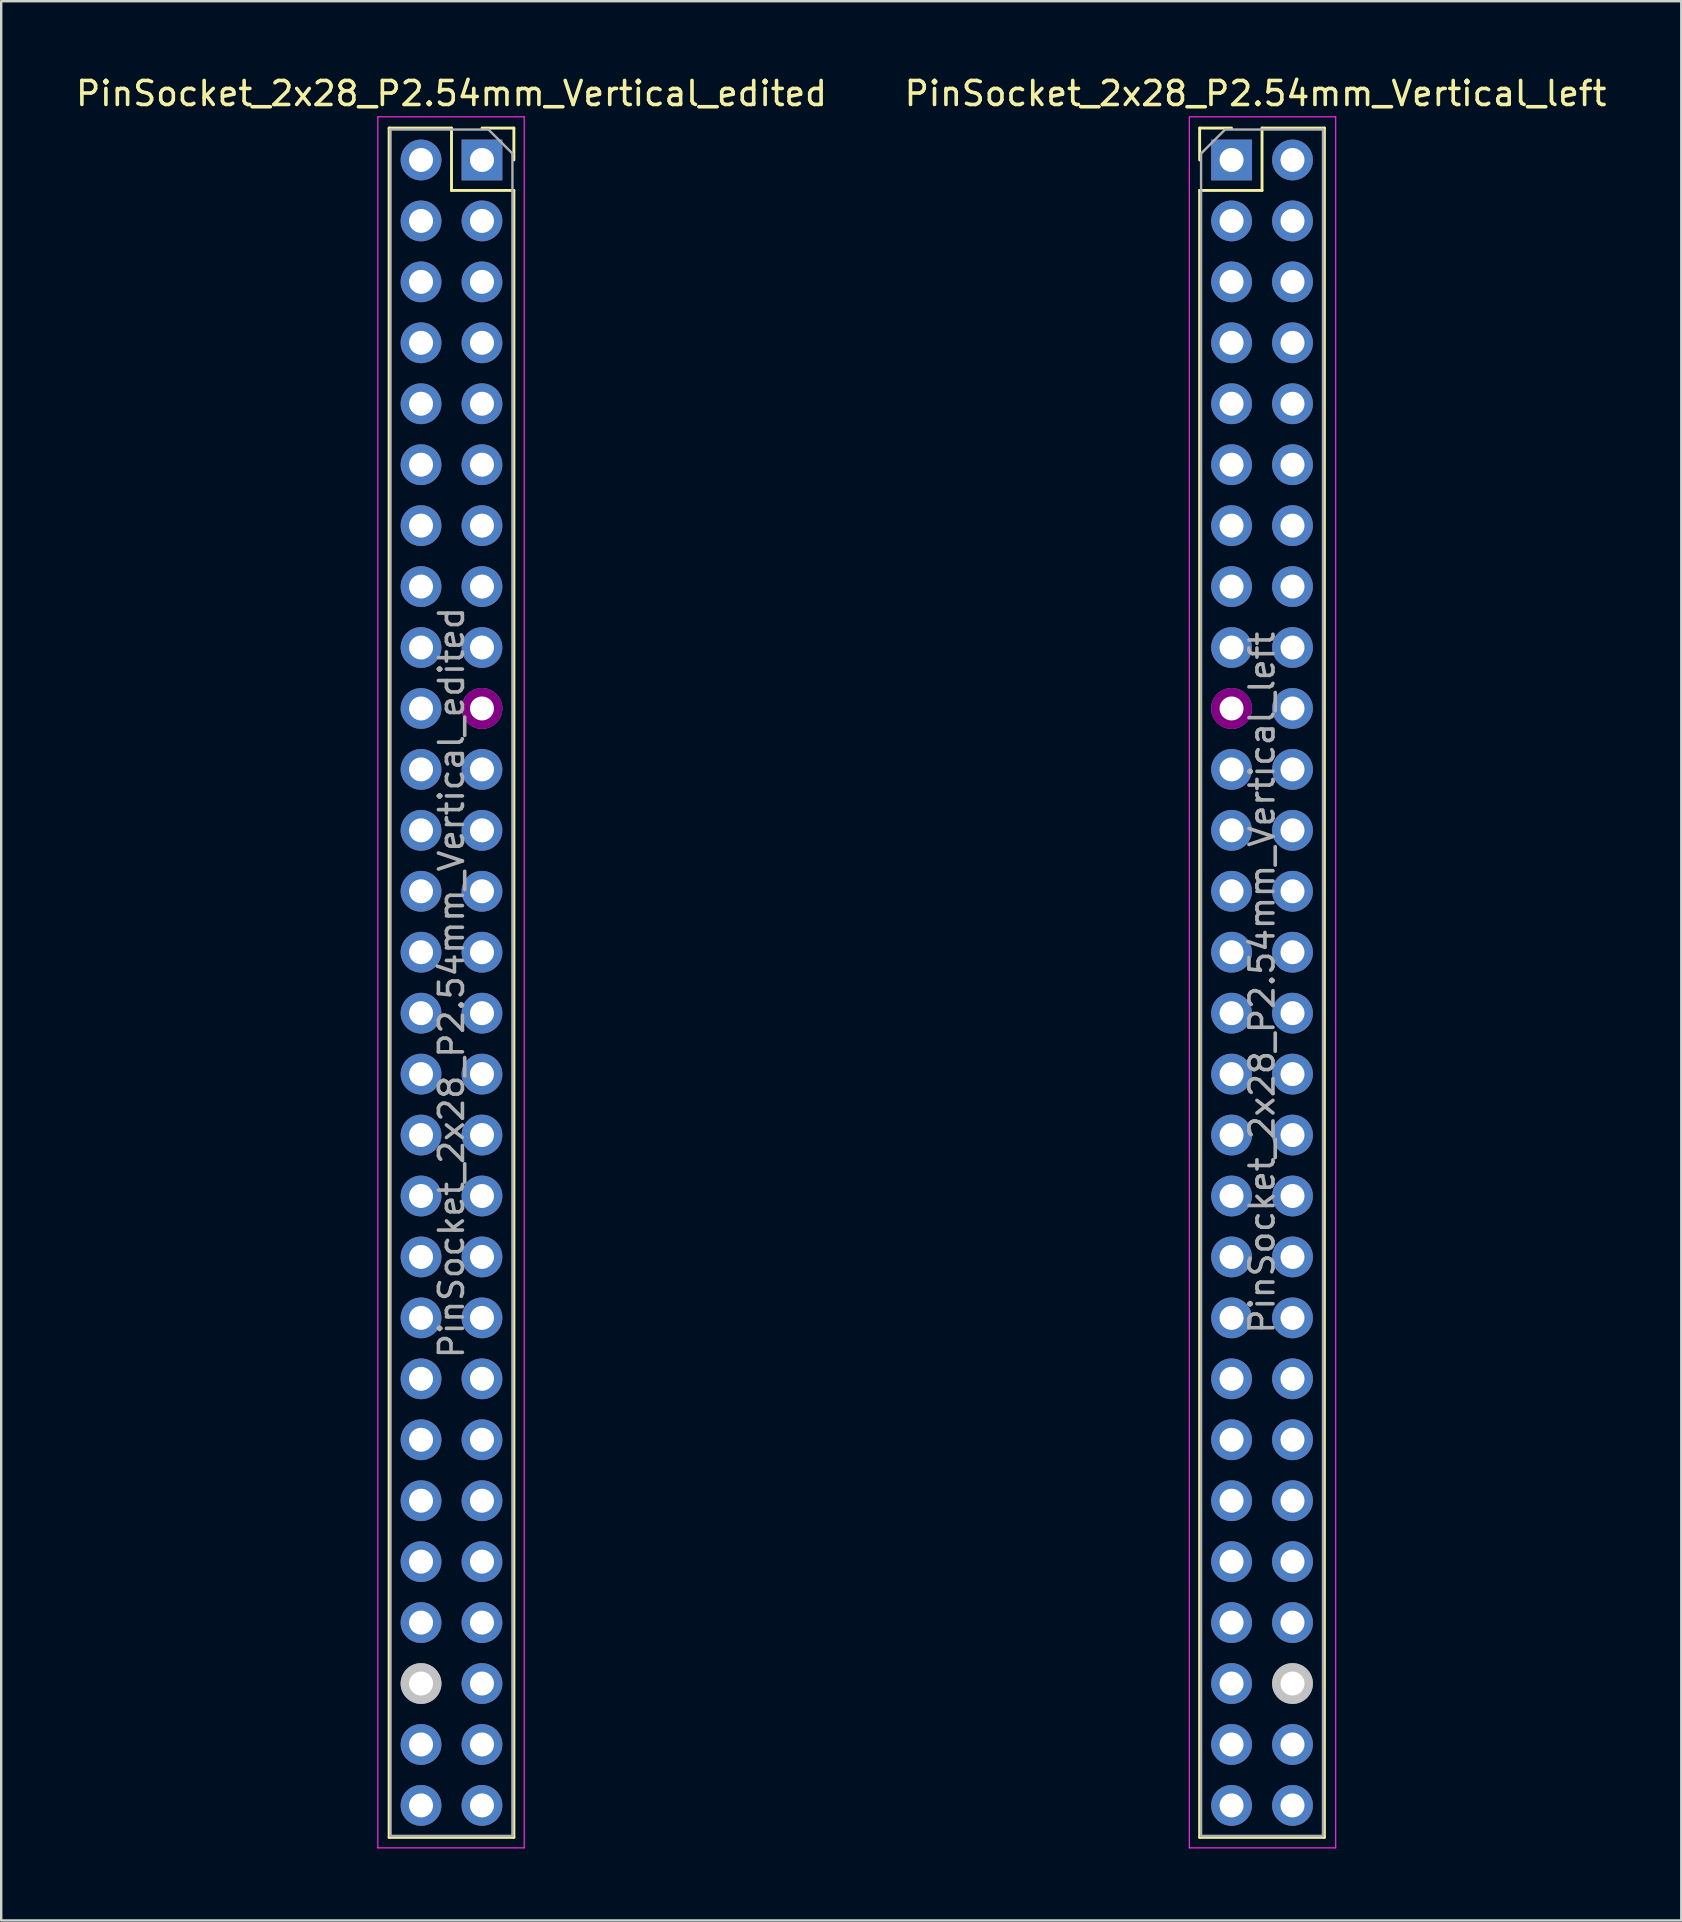
<source format=kicad_pcb>
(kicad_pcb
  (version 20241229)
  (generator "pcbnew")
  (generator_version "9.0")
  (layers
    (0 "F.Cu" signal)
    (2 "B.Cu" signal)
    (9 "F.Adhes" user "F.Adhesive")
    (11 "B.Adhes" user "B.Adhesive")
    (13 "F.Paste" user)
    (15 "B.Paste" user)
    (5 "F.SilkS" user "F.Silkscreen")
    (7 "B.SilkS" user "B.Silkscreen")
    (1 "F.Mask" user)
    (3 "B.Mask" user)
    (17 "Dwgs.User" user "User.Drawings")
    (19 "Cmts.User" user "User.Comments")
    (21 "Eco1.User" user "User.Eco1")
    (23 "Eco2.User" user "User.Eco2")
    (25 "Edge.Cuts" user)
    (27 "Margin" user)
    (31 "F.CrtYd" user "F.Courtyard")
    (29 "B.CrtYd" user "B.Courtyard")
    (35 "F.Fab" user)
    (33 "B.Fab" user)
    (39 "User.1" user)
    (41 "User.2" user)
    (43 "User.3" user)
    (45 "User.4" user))
  (footprint "PinSocket_2x28_P2.54mm_Vertical_left"
    (layer "F.Cu")
    (at 48.28 3.618)
    (property "Reference" "PinSocket_2x28_P2.54mm_Vertical_left" (at 1 -2.77 0) (layer "F.SilkS") (effects (font (size 1 1) (thickness 0.15))))
    (attr through_hole)
    (fp_line (start -1.33 -1.33) (end -1.33 0) (stroke (width 0.12) (type solid)) (layer "F.SilkS"))
    (fp_line (start -1.33 1.27) (end -1.33 69.91) (stroke (width 0.12) (type solid)) (layer "F.SilkS"))
    (fp_line (start 0 -1.33) (end -1.33 -1.33) (stroke (width 0.12) (type solid)) (layer "F.SilkS"))
    (fp_line (start 1.27 -1.33) (end 1.27 1.27) (stroke (width 0.12) (type solid)) (layer "F.SilkS"))
    (fp_line (start 1.27 1.27) (end -1.33 1.27) (stroke (width 0.12) (type solid)) (layer "F.SilkS"))
    (fp_line (start 3.87 -1.33) (end 1.27 -1.33) (stroke (width 0.12) (type solid)) (layer "F.SilkS"))
    (fp_line (start 3.87 -1.33) (end 3.87 69.91) (stroke (width 0.12) (type solid)) (layer "F.SilkS"))
    (fp_line (start 3.87 69.91) (end -1.33 69.91) (stroke (width 0.12) (type solid)) (layer "F.SilkS"))
    (fp_line (start -1.76 -1.8) (end -1.76 70.35) (stroke (width 0.05) (type solid)) (layer "F.CrtYd"))
    (fp_line (start -1.76 70.35) (end 4.34 70.35) (stroke (width 0.05) (type solid)) (layer "F.CrtYd"))
    (fp_line (start 4.34 -1.8) (end -1.76 -1.8) (stroke (width 0.05) (type solid)) (layer "F.CrtYd"))
    (fp_line (start 4.34 70.35) (end 4.34 -1.8) (stroke (width 0.05) (type solid)) (layer "F.CrtYd"))
    (fp_line (start -1.27 -0.27) (end -1.27 69.85) (stroke (width 0.1) (type solid)) (layer "F.Fab"))
    (fp_line (start -1.27 69.85) (end 3.81 69.85) (stroke (width 0.1) (type solid)) (layer "F.Fab"))
    (fp_line (start -0.27 -1.27) (end -1.27 -0.27) (stroke (width 0.1) (type solid)) (layer "F.Fab"))
    (fp_line (start 3.81 -1.27) (end -0.27 -1.27) (stroke (width 0.1) (type solid)) (layer "F.Fab"))
    (fp_line (start 3.81 69.85) (end 3.81 -1.27) (stroke (width 0.1) (type solid)) (layer "F.Fab"))
    (fp_text user "${REFERENCE}" (at 1.27 34.29 90) (layer "F.Fab") (effects (font (size 1 1) (thickness 0.15))))
    (pad "1a" thru_hole rect (at 0 0) (size 1.7 1.7) (drill 1) (layers "*.Cu" "*.Mask"))
    (pad "1b" thru_hole oval (at 2.54 0) (size 1.7 1.7) (drill 1) (layers "*.Cu" "*.Mask"))
    (pad "2a" thru_hole oval (at 0 2.54) (size 1.7 1.7) (drill 1) (layers "*.Cu" "*.Mask"))
    (pad "2b" thru_hole oval (at 2.54 2.54) (size 1.7 1.7) (drill 1) (layers "*.Cu" "*.Mask"))
    (pad "3a" thru_hole oval (at 0 5.08) (size 1.7 1.7) (drill 1) (layers "*.Cu" "*.Mask"))
    (pad "3b" thru_hole oval (at 2.54 5.08) (size 1.7 1.7) (drill 1) (layers "*.Cu" "*.Mask"))
    (pad "4a" thru_hole oval (at 0 7.62) (size 1.7 1.7) (drill 1) (layers "*.Cu" "*.Mask"))
    (pad "4b" thru_hole oval (at 2.54 7.62) (size 1.7 1.7) (drill 1) (layers "*.Cu" "*.Mask"))
    (pad "5a" thru_hole oval (at 0 10.16) (size 1.7 1.7) (drill 1) (layers "*.Cu" "*.Mask"))
    (pad "5b" thru_hole oval (at 2.54 10.16) (size 1.7 1.7) (drill 1) (layers "*.Cu" "*.Mask"))
    (pad "6a" thru_hole oval (at 0 12.7) (size 1.7 1.7) (drill 1) (layers "*.Cu" "*.Mask"))
    (pad "6b" thru_hole oval (at 2.54 12.7) (size 1.7 1.7) (drill 1) (layers "*.Cu" "*.Mask"))
    (pad "7a" thru_hole oval (at 0 15.24) (size 1.7 1.7) (drill 1) (layers "*.Cu" "*.Mask"))
    (pad "7b" thru_hole oval (at 2.54 15.24) (size 1.7 1.7) (drill 1) (layers "*.Cu" "*.Mask"))
    (pad "8a" thru_hole oval (at 0 17.78) (size 1.7 1.7) (drill 1) (layers "*.Cu" "*.Mask"))
    (pad "8b" thru_hole oval (at 2.54 17.78) (size 1.7 1.7) (drill 1) (layers "*.Cu" "*.Mask"))
    (pad "9a" thru_hole oval (at 0 20.32) (size 1.7 1.7) (drill 1) (layers "*.Cu" "*.Mask"))
    (pad "9b" thru_hole oval (at 2.54 20.32) (size 1.7 1.7) (drill 1) (layers "*.Cu" "*.Mask"))
    (pad "10a" thru_hole oval (at 0 22.86) (size 1.7 1.7) (drill 1) (layers "*.Cu" "*.Mask" "F.Adhes"))
    (pad "10b" thru_hole oval (at 2.54 22.86) (size 1.7 1.7) (drill 1) (layers "*.Cu" "*.Mask"))
    (pad "11a" thru_hole oval (at 0 25.4) (size 1.7 1.7) (drill 1) (layers "*.Cu" "*.Mask"))
    (pad "11b" thru_hole oval (at 2.54 25.4) (size 1.7 1.7) (drill 1) (layers "*.Cu" "*.Mask"))
    (pad "12a" thru_hole oval (at 0 27.94) (size 1.7 1.7) (drill 1) (layers "*.Cu" "*.Mask"))
    (pad "12b" thru_hole oval (at 2.54 27.94) (size 1.7 1.7) (drill 1) (layers "*.Cu" "*.Mask"))
    (pad "13a" thru_hole oval (at 0 30.48) (size 1.7 1.7) (drill 1) (layers "*.Cu" "*.Mask"))
    (pad "13b" thru_hole oval (at 2.54 30.48) (size 1.7 1.7) (drill 1) (layers "*.Cu" "*.Mask"))
    (pad "14a" thru_hole oval (at 0 33.02) (size 1.7 1.7) (drill 1) (layers "*.Cu" "*.Mask"))
    (pad "14b" thru_hole oval (at 2.54 33.02) (size 1.7 1.7) (drill 1) (layers "*.Cu" "*.Mask"))
    (pad "15a" thru_hole oval (at 0 35.56) (size 1.7 1.7) (drill 1) (layers "*.Cu" "*.Mask"))
    (pad "15b" thru_hole oval (at 2.54 35.56) (size 1.7 1.7) (drill 1) (layers "*.Cu" "*.Mask" "F.Paste"))
    (pad "16a" thru_hole oval (at 0 38.1) (size 1.7 1.7) (drill 1) (layers "*.Cu" "*.Mask"))
    (pad "16b" thru_hole oval (at 2.54 38.1) (size 1.7 1.7) (drill 1) (layers "*.Cu" "*.Mask"))
    (pad "17a" thru_hole oval (at 0 40.64) (size 1.7 1.7) (drill 1) (layers "*.Cu" "*.Mask"))
    (pad "17b" thru_hole oval (at 2.54 40.64) (size 1.7 1.7) (drill 1) (layers "*.Cu" "*.Mask"))
    (pad "18a" thru_hole oval (at 0 43.18) (size 1.7 1.7) (drill 1) (layers "*.Cu" "*.Mask"))
    (pad "18b" thru_hole oval (at 2.54 43.18) (size 1.7 1.7) (drill 1) (layers "*.Cu" "*.Mask"))
    (pad "19a" thru_hole oval (at 0 45.72) (size 1.7 1.7) (drill 1) (layers "*.Cu" "*.Mask"))
    (pad "19b" thru_hole oval (at 2.54 45.72) (size 1.7 1.7) (drill 1) (layers "*.Cu" "*.Mask"))
    (pad "20a" thru_hole oval (at 0 48.26) (size 1.7 1.7) (drill 1) (layers "*.Cu" "*.Mask"))
    (pad "20b" thru_hole oval (at 2.54 48.26) (size 1.7 1.7) (drill 1) (layers "*.Cu" "*.Mask"))
    (pad "21a" thru_hole oval (at 0 50.8) (size 1.7 1.7) (drill 1) (layers "*.Cu" "*.Mask"))
    (pad "21b" thru_hole oval (at 2.54 50.8) (size 1.7 1.7) (drill 1) (layers "*.Cu" "*.Mask"))
    (pad "22a" thru_hole oval (at 0 53.34) (size 1.7 1.7) (drill 1) (layers "*.Cu" "*.Mask"))
    (pad "22b" thru_hole oval (at 2.54 53.34) (size 1.7 1.7) (drill 1) (layers "*.Cu" "*.Mask"))
    (pad "23a" thru_hole oval (at 0 55.88) (size 1.7 1.7) (drill 1) (layers "*.Cu" "*.Mask"))
    (pad "23b" thru_hole oval (at 2.54 55.88) (size 1.7 1.7) (drill 1) (layers "*.Cu" "*.Mask" "B.Adhes"))
    (pad "24a" thru_hole oval (at 0 58.42) (size 1.7 1.7) (drill 1) (layers "*.Cu" "*.Mask"))
    (pad "24b" thru_hole oval (at 2.54 58.42) (size 1.7 1.7) (drill 1) (layers "*.Cu" "*.Mask"))
    (pad "25a" thru_hole oval (at 0 60.96) (size 1.7 1.7) (drill 1) (layers "*.Cu" "*.Mask"))
    (pad "25b" thru_hole oval (at 2.54 60.96) (size 1.7 1.7) (drill 1) (layers "*.Cu" "*.Mask"))
    (pad "26a" thru_hole oval (at 0 63.5) (size 1.7 1.7) (drill 1) (layers "*.Cu" "*.Mask"))
    (pad "26b" thru_hole oval (at 2.54 63.5) (size 1.7 1.7) (drill 1) (layers "*.Cu" "*.Mask" "Dwgs.User"))
    (pad "27a" thru_hole oval (at 0 66.04) (size 1.7 1.7) (drill 1) (layers "*.Cu" "*.Mask"))
    (pad "27b" thru_hole oval (at 2.54 66.04) (size 1.7 1.7) (drill 1) (layers "*.Cu" "*.Mask"))
    (pad "28a" thru_hole oval (at 0 68.58) (size 1.7 1.7) (drill 1) (layers "*.Cu" "*.Mask"))
    (pad "28b" thru_hole oval (at 2.54 68.58) (size 1.7 1.7) (drill 1) (layers "*.Cu" "*.Mask")))
  (footprint "PinSocket_2x28_P2.54mm_Vertical_edited"
    (layer "F.Cu")
    (at 17.038 3.618)
    (property "Reference" "PinSocket_2x28_P2.54mm_Vertical_edited" (at -1.27 -2.77 0) (layer "F.SilkS") (effects (font (size 1 1) (thickness 0.15))))
    (attr through_hole)
    (fp_line (start -3.87 -1.33) (end -3.87 69.91) (stroke (width 0.12) (type solid)) (layer "F.SilkS"))
    (fp_line (start -3.87 -1.33) (end -1.27 -1.33) (stroke (width 0.12) (type solid)) (layer "F.SilkS"))
    (fp_line (start -3.87 69.91) (end 1.33 69.91) (stroke (width 0.12) (type solid)) (layer "F.SilkS"))
    (fp_line (start -1.27 -1.33) (end -1.27 1.27) (stroke (width 0.12) (type solid)) (layer "F.SilkS"))
    (fp_line (start -1.27 1.27) (end 1.33 1.27) (stroke (width 0.12) (type solid)) (layer "F.SilkS"))
    (fp_line (start 0 -1.33) (end 1.33 -1.33) (stroke (width 0.12) (type solid)) (layer "F.SilkS"))
    (fp_line (start 1.33 -1.33) (end 1.33 0) (stroke (width 0.12) (type solid)) (layer "F.SilkS"))
    (fp_line (start 1.33 1.27) (end 1.33 69.91) (stroke (width 0.12) (type solid)) (layer "F.SilkS"))
    (fp_line (start -4.34 -1.8) (end 1.76 -1.8) (stroke (width 0.05) (type solid)) (layer "F.CrtYd"))
    (fp_line (start -4.34 70.35) (end -4.34 -1.8) (stroke (width 0.05) (type solid)) (layer "F.CrtYd"))
    (fp_line (start 1.76 -1.8) (end 1.76 70.35) (stroke (width 0.05) (type solid)) (layer "F.CrtYd"))
    (fp_line (start 1.76 70.35) (end -4.34 70.35) (stroke (width 0.05) (type solid)) (layer "F.CrtYd"))
    (fp_line (start -3.81 -1.27) (end 0.27 -1.27) (stroke (width 0.1) (type solid)) (layer "F.Fab"))
    (fp_line (start -3.81 69.85) (end -3.81 -1.27) (stroke (width 0.1) (type solid)) (layer "F.Fab"))
    (fp_line (start 0.27 -1.27) (end 1.27 -0.27) (stroke (width 0.1) (type solid)) (layer "F.Fab"))
    (fp_line (start 1.27 -0.27) (end 1.27 69.85) (stroke (width 0.1) (type solid)) (layer "F.Fab"))
    (fp_line (start 1.27 69.85) (end -3.81 69.85) (stroke (width 0.1) (type solid)) (layer "F.Fab"))
    (fp_text user "${REFERENCE}" (at -1.27 34.29 90) (layer "F.Fab") (effects (font (size 1 1) (thickness 0.15))))
    (pad "1a" thru_hole rect (at 0 0) (size 1.7 1.7) (drill 1) (layers "*.Cu" "*.Mask"))
    (pad "1b" thru_hole oval (at -2.54 0) (size 1.7 1.7) (drill 1) (layers "*.Cu" "*.Mask"))
    (pad "2a" thru_hole oval (at 0 2.54) (size 1.7 1.7) (drill 1) (layers "*.Cu" "*.Mask"))
    (pad "2b" thru_hole oval (at -2.54 2.54) (size 1.7 1.7) (drill 1) (layers "*.Cu" "*.Mask"))
    (pad "3a" thru_hole oval (at 0 5.08) (size 1.7 1.7) (drill 1) (layers "*.Cu" "*.Mask"))
    (pad "3b" thru_hole oval (at -2.54 5.08) (size 1.7 1.7) (drill 1) (layers "*.Cu" "*.Mask"))
    (pad "4a" thru_hole oval (at 0 7.62) (size 1.7 1.7) (drill 1) (layers "*.Cu" "*.Mask"))
    (pad "4b" thru_hole oval (at -2.54 7.62) (size 1.7 1.7) (drill 1) (layers "*.Cu" "*.Mask"))
    (pad "5a" thru_hole oval (at 0 10.16) (size 1.7 1.7) (drill 1) (layers "*.Cu" "*.Mask"))
    (pad "5b" thru_hole oval (at -2.54 10.16) (size 1.7 1.7) (drill 1) (layers "*.Cu" "*.Mask"))
    (pad "6a" thru_hole oval (at 0 12.7) (size 1.7 1.7) (drill 1) (layers "*.Cu" "*.Mask"))
    (pad "6b" thru_hole oval (at -2.54 12.7) (size 1.7 1.7) (drill 1) (layers "*.Cu" "*.Mask"))
    (pad "7a" thru_hole oval (at 0 15.24) (size 1.7 1.7) (drill 1) (layers "*.Cu" "*.Mask"))
    (pad "7b" thru_hole oval (at -2.54 15.24) (size 1.7 1.7) (drill 1) (layers "*.Cu" "*.Mask"))
    (pad "8a" thru_hole oval (at 0 17.78) (size 1.7 1.7) (drill 1) (layers "*.Cu" "*.Mask"))
    (pad "8b" thru_hole oval (at -2.54 17.78) (size 1.7 1.7) (drill 1) (layers "*.Cu" "*.Mask"))
    (pad "9a" thru_hole oval (at 0 20.32) (size 1.7 1.7) (drill 1) (layers "*.Cu" "*.Mask"))
    (pad "9b" thru_hole oval (at -2.54 20.32) (size 1.7 1.7) (drill 1) (layers "*.Cu" "*.Mask"))
    (pad "10a" thru_hole oval (at 0 22.86) (size 1.7 1.7) (drill 1) (layers "*.Cu" "*.Mask" "F.Adhes"))
    (pad "10b" thru_hole oval (at -2.54 22.86) (size 1.7 1.7) (drill 1) (layers "*.Cu" "*.Mask"))
    (pad "11a" thru_hole oval (at 0 25.4) (size 1.7 1.7) (drill 1) (layers "*.Cu" "*.Mask"))
    (pad "11b" thru_hole oval (at -2.54 25.4) (size 1.7 1.7) (drill 1) (layers "*.Cu" "*.Mask"))
    (pad "12a" thru_hole oval (at 0 27.94) (size 1.7 1.7) (drill 1) (layers "*.Cu" "*.Mask"))
    (pad "12b" thru_hole oval (at -2.54 27.94) (size 1.7 1.7) (drill 1) (layers "*.Cu" "*.Mask"))
    (pad "13a" thru_hole oval (at 0 30.48) (size 1.7 1.7) (drill 1) (layers "*.Cu" "*.Mask"))
    (pad "13b" thru_hole oval (at -2.54 30.48) (size 1.7 1.7) (drill 1) (layers "*.Cu" "*.Mask"))
    (pad "14a" thru_hole oval (at 0 33.02) (size 1.7 1.7) (drill 1) (layers "*.Cu" "*.Mask"))
    (pad "14b" thru_hole oval (at -2.54 33.02) (size 1.7 1.7) (drill 1) (layers "*.Cu" "*.Mask"))
    (pad "15a" thru_hole oval (at 0 35.56) (size 1.7 1.7) (drill 1) (layers "*.Cu" "*.Mask"))
    (pad "15b" thru_hole oval (at -2.54 35.56) (size 1.7 1.7) (drill 1) (layers "*.Cu" "*.Mask" "F.Paste"))
    (pad "16a" thru_hole oval (at 0 38.1) (size 1.7 1.7) (drill 1) (layers "*.Cu" "*.Mask"))
    (pad "16b" thru_hole oval (at -2.54 38.1) (size 1.7 1.7) (drill 1) (layers "*.Cu" "*.Mask"))
    (pad "17a" thru_hole oval (at 0 40.64) (size 1.7 1.7) (drill 1) (layers "*.Cu" "*.Mask"))
    (pad "17b" thru_hole oval (at -2.54 40.64) (size 1.7 1.7) (drill 1) (layers "*.Cu" "*.Mask"))
    (pad "18a" thru_hole oval (at 0 43.18) (size 1.7 1.7) (drill 1) (layers "*.Cu" "*.Mask"))
    (pad "18b" thru_hole oval (at -2.54 43.18) (size 1.7 1.7) (drill 1) (layers "*.Cu" "*.Mask"))
    (pad "19a" thru_hole oval (at 0 45.72) (size 1.7 1.7) (drill 1) (layers "*.Cu" "*.Mask"))
    (pad "19b" thru_hole oval (at -2.54 45.72) (size 1.7 1.7) (drill 1) (layers "*.Cu" "*.Mask"))
    (pad "20a" thru_hole oval (at 0 48.26) (size 1.7 1.7) (drill 1) (layers "*.Cu" "*.Mask"))
    (pad "20b" thru_hole oval (at -2.54 48.26) (size 1.7 1.7) (drill 1) (layers "*.Cu" "*.Mask"))
    (pad "21a" thru_hole oval (at 0 50.8) (size 1.7 1.7) (drill 1) (layers "*.Cu" "*.Mask"))
    (pad "21b" thru_hole oval (at -2.54 50.8) (size 1.7 1.7) (drill 1) (layers "*.Cu" "*.Mask"))
    (pad "22a" thru_hole oval (at 0 53.34) (size 1.7 1.7) (drill 1) (layers "*.Cu" "*.Mask"))
    (pad "22b" thru_hole oval (at -2.54 53.34) (size 1.7 1.7) (drill 1) (layers "*.Cu" "*.Mask"))
    (pad "23a" thru_hole oval (at 0 55.88) (size 1.7 1.7) (drill 1) (layers "*.Cu" "*.Mask"))
    (pad "23b" thru_hole oval (at -2.54 55.88) (size 1.7 1.7) (drill 1) (layers "*.Cu" "*.Mask" "B.Adhes"))
    (pad "24a" thru_hole oval (at 0 58.42) (size 1.7 1.7) (drill 1) (layers "*.Cu" "*.Mask"))
    (pad "24b" thru_hole oval (at -2.54 58.42) (size 1.7 1.7) (drill 1) (layers "*.Cu" "*.Mask"))
    (pad "25a" thru_hole oval (at 0 60.96) (size 1.7 1.7) (drill 1) (layers "*.Cu" "*.Mask"))
    (pad "25b" thru_hole oval (at -2.54 60.96) (size 1.7 1.7) (drill 1) (layers "*.Cu" "*.Mask"))
    (pad "26a" thru_hole oval (at 0 63.5) (size 1.7 1.7) (drill 1) (layers "*.Cu" "*.Mask"))
    (pad "26b" thru_hole oval (at -2.54 63.5) (size 1.7 1.7) (drill 1) (layers "*.Cu" "*.Mask" "Dwgs.User"))
    (pad "27a" thru_hole oval (at 0 66.04) (size 1.7 1.7) (drill 1) (layers "*.Cu" "*.Mask"))
    (pad "27b" thru_hole oval (at -2.54 66.04) (size 1.7 1.7) (drill 1) (layers "*.Cu" "*.Mask"))
    (pad "28a" thru_hole oval (at 0 68.58) (size 1.7 1.7) (drill 1) (layers "*.Cu" "*.Mask"))
    (pad "28b" thru_hole oval (at -2.54 68.58) (size 1.7 1.7) (drill 1) (layers "*.Cu" "*.Mask")))
  (gr_rect
    (start -3 -3)
    (end 67.024 76.993)
    (stroke (width 0.1) (type default))
    (fill no)
    (layer "Edge.Cuts")))
</source>
